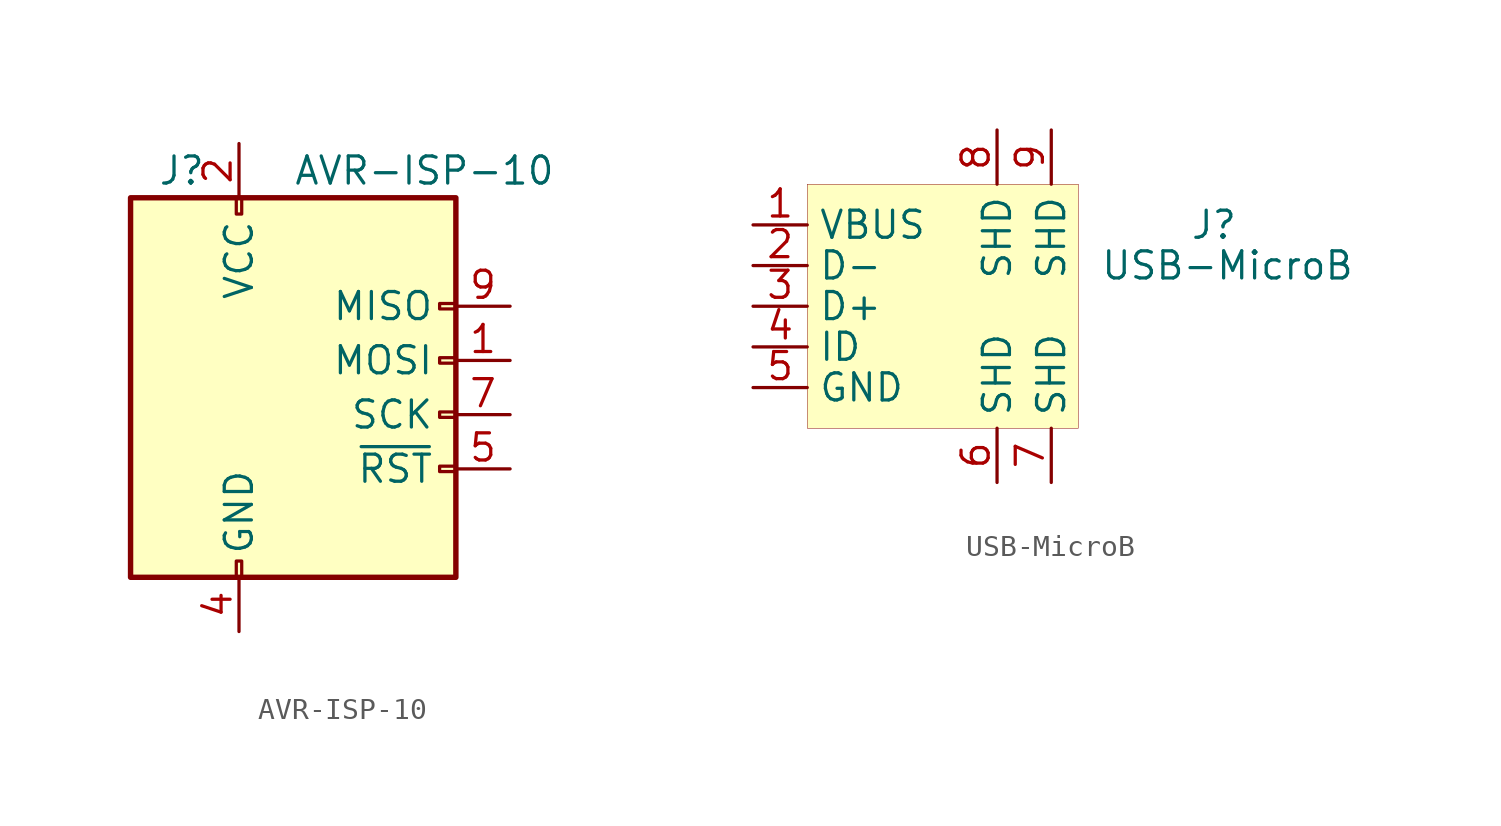
<source format=kicad_sym>
(kicad_symbol_lib
  (version 20201005)
  (generator kicad_symbol_editor)
  (symbol "Connector:AVR-ISP-10"
    (pin_names
      (offset 1.016))
    (property "Reference" "J"
      (at -6.35 11.43 0)
      (effects (font (size 1.27 1.27)) (justify left)))
    (property "Value" "AVR-ISP-10"
      (at 0 11.43 0)
      (effects (font (size 1.27 1.27)) (justify left)))
    (symbol "AVR-ISP-10_0_1"
      (rectangle (start -2.667 -6.858) (end -2.413 -7.62) (stroke (width 0)) (fill (type none)))
      (rectangle (start -2.667 10.16) (end -2.413 9.398) (stroke (width 0)) (fill (type none)))
      (rectangle (start 7.62 -2.413) (end 6.858 -2.667) (stroke (width 0)) (fill (type none)))
      (rectangle (start 7.62 0.127) (end 6.858 -0.127) (stroke (width 0)) (fill (type none)))
      (rectangle (start 7.62 2.667) (end 6.858 2.413) (stroke (width 0)) (fill (type none)))
      (rectangle (start 7.62 5.207) (end 6.858 4.953) (stroke (width 0)) (fill (type none)))
      (rectangle (start 7.62 10.16) (end -7.62 -7.62) (stroke (width 0.254)) (fill (type background))))
    (symbol "AVR-ISP-10_1_1"
      (pin passive line (at 10.16 2.54 180) (length 2.54) (name "MOSI" (effects (font (size 1.27 1.27)))) (number "1" (effects (font (size 1.27 1.27)))))
      (pin passive line (at -2.54 -10.16 90) (length 2.54) hide (name "GND" (effects (font (size 1.27 1.27)))) (number "10" (effects (font (size 1.27 1.27)))))
      (pin passive line (at -2.54 12.7 270) (length 2.54) (name "VCC" (effects (font (size 1.27 1.27)))) (number "2" (effects (font (size 1.27 1.27)))))
      (pin unconnected line (at 7.62 -5.08 180) (length 2.54) hide (name "NC" (effects (font (size 1.27 1.27)))) (number "3" (effects (font (size 1.27 1.27)))))
      (pin passive line (at -2.54 -10.16 90) (length 2.54) (name "GND" (effects (font (size 1.27 1.27)))) (number "4" (effects (font (size 1.27 1.27)))))
      (pin passive line (at 10.16 -2.54 180) (length 2.54) (name "~RST" (effects (font (size 1.27 1.27)))) (number "5" (effects (font (size 1.27 1.27)))))
      (pin passive line (at -2.54 -10.16 90) (length 2.54) hide (name "GND" (effects (font (size 1.27 1.27)))) (number "6" (effects (font (size 1.27 1.27)))))
      (pin passive line (at 10.16 0 180) (length 2.54) (name "SCK" (effects (font (size 1.27 1.27)))) (number "7" (effects (font (size 1.27 1.27)))))
      (pin passive line (at -2.54 -10.16 90) (length 2.54) hide (name "GND" (effects (font (size 1.27 1.27)))) (number "8" (effects (font (size 1.27 1.27)))))
      (pin passive line (at 10.16 5.08 180) (length 2.54) (name "MISO" (effects (font (size 1.27 1.27)))) (number "9" (effects (font (size 1.27 1.27)))))))
  (symbol "Connector:USB-MicroB"
    (property "Reference" "J"
      (at 12.7 3.81 0)
      (effects (font (size 1.27 1.27))))
    (property "Value" "USB-MicroB"
      (at 13.335 1.905 0)
      (effects (font (size 1.27 1.27))))
    (symbol "USB-MicroB_0_1"
      (rectangle (start -6.35 5.715) (end 6.35 -5.715) (stroke (width 0.001)) (fill (type background))))
    (symbol "USB-MicroB_1_1"
      (pin input line (at -8.89 3.81 0) (length 2.54) (name "VBUS" (effects (font (size 1.27 1.27)))) (number "1" (effects (font (size 1.27 1.27)))))
      (pin input line (at -8.89 1.905 0) (length 2.54) (name "D-" (effects (font (size 1.27 1.27)))) (number "2" (effects (font (size 1.27 1.27)))))
      (pin input line (at -8.89 0 0) (length 2.54) (name "D+" (effects (font (size 1.27 1.27)))) (number "3" (effects (font (size 1.27 1.27)))))
      (pin input line (at -8.89 -1.905 0) (length 2.54) (name "ID" (effects (font (size 1.27 1.27)))) (number "4" (effects (font (size 1.27 1.27)))))
      (pin input line (at -8.89 -3.81 0) (length 2.54) (name "GND" (effects (font (size 1.27 1.27)))) (number "5" (effects (font (size 1.27 1.27)))))
      (pin input line (at 2.54 -8.255 90) (length 2.54) (name "SHD" (effects (font (size 1.27 1.27)))) (number "6" (effects (font (size 1.27 1.27)))))
      (pin input line (at 5.08 -8.255 90) (length 2.54) (name "SHD" (effects (font (size 1.27 1.27)))) (number "7" (effects (font (size 1.27 1.27)))))
      (pin input line (at 2.54 8.255 270) (length 2.54) (name "SHD" (effects (font (size 1.27 1.27)))) (number "8" (effects (font (size 1.27 1.27)))))
      (pin input line (at 5.08 8.255 270) (length 2.54) (name "SHD" (effects (font (size 1.27 1.27)))) (number "9" (effects (font (size 1.27 1.27))))))))
</source>
